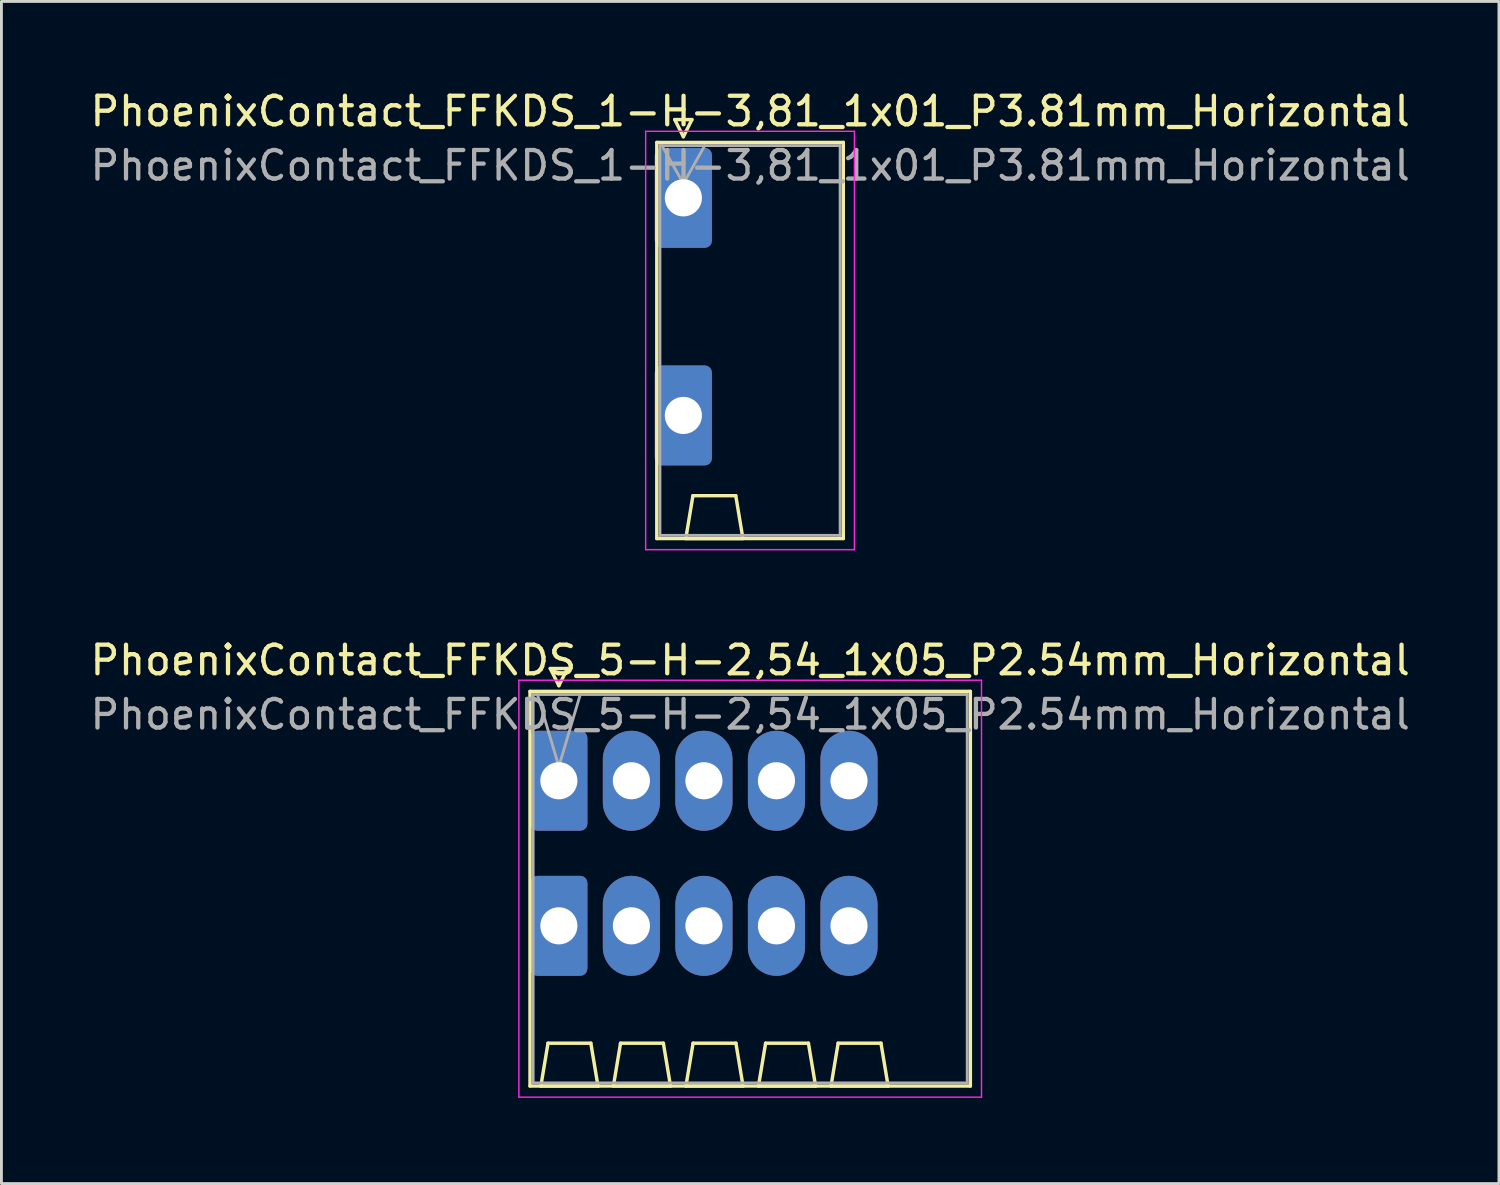
<source format=kicad_pcb>
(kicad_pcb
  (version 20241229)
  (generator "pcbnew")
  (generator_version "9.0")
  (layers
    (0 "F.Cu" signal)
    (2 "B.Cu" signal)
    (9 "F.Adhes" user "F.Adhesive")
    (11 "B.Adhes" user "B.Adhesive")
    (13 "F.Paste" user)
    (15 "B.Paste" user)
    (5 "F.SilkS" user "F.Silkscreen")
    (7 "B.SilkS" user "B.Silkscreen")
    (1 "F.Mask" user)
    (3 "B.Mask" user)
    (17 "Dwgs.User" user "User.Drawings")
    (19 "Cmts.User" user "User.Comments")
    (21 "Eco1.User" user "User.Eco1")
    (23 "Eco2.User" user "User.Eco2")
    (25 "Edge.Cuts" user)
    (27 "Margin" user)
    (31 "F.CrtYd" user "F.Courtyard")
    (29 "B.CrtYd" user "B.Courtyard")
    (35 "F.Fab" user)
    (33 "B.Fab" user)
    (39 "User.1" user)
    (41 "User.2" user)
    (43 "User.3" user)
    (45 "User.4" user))
  (footprint "PhoenixContact_FFKDS_5-H-2,54_1x05_P2.54mm_Horizontal"
    (layer "F.Cu")
    (at 16.52 24.291)
    (property "Reference" "PhoenixContact_FFKDS_5-H-2,54_1x05_P2.54mm_Horizontal" (at 6.7 -4.22 0) (layer "F.SilkS") (effects (font (size 1 1) (thickness 0.15))))
    (attr through_hole)
    (fp_line (start -1.01 -3.13) (end -1.01 10.69) (stroke (width 0.12) (type solid)) (layer "F.SilkS"))
    (fp_line (start -1.01 10.69) (end 14.41 10.69) (stroke (width 0.12) (type solid)) (layer "F.SilkS"))
    (fp_line (start -0.63 10.69) (end 1.37 10.69) (stroke (width 0.12) (type solid)) (layer "F.SilkS"))
    (fp_line (start -0.38 9.19) (end -0.63 10.69) (stroke (width 0.12) (type solid)) (layer "F.SilkS"))
    (fp_line (start -0.3 -3.93) (end 0.3 -3.93) (stroke (width 0.12) (type solid)) (layer "F.SilkS"))
    (fp_line (start 0 -3.33) (end -0.3 -3.93) (stroke (width 0.12) (type solid)) (layer "F.SilkS"))
    (fp_line (start 0.3 -3.93) (end 0 -3.33) (stroke (width 0.12) (type solid)) (layer "F.SilkS"))
    (fp_line (start 1.12 9.19) (end -0.38 9.19) (stroke (width 0.12) (type solid)) (layer "F.SilkS"))
    (fp_line (start 1.37 10.69) (end 1.12 9.19) (stroke (width 0.12) (type solid)) (layer "F.SilkS"))
    (fp_line (start 1.91 10.69) (end 3.91 10.69) (stroke (width 0.12) (type solid)) (layer "F.SilkS"))
    (fp_line (start 2.16 9.19) (end 1.91 10.69) (stroke (width 0.12) (type solid)) (layer "F.SilkS"))
    (fp_line (start 3.66 9.19) (end 2.16 9.19) (stroke (width 0.12) (type solid)) (layer "F.SilkS"))
    (fp_line (start 3.91 10.69) (end 3.66 9.19) (stroke (width 0.12) (type solid)) (layer "F.SilkS"))
    (fp_line (start 4.45 10.69) (end 6.45 10.69) (stroke (width 0.12) (type solid)) (layer "F.SilkS"))
    (fp_line (start 4.7 9.19) (end 4.45 10.69) (stroke (width 0.12) (type solid)) (layer "F.SilkS"))
    (fp_line (start 6.2 9.19) (end 4.7 9.19) (stroke (width 0.12) (type solid)) (layer "F.SilkS"))
    (fp_line (start 6.45 10.69) (end 6.2 9.19) (stroke (width 0.12) (type solid)) (layer "F.SilkS"))
    (fp_line (start 6.99 10.69) (end 8.99 10.69) (stroke (width 0.12) (type solid)) (layer "F.SilkS"))
    (fp_line (start 7.24 9.19) (end 6.99 10.69) (stroke (width 0.12) (type solid)) (layer "F.SilkS"))
    (fp_line (start 8.74 9.19) (end 7.24 9.19) (stroke (width 0.12) (type solid)) (layer "F.SilkS"))
    (fp_line (start 8.99 10.69) (end 8.74 9.19) (stroke (width 0.12) (type solid)) (layer "F.SilkS"))
    (fp_line (start 9.53 10.69) (end 11.53 10.69) (stroke (width 0.12) (type solid)) (layer "F.SilkS"))
    (fp_line (start 9.78 9.19) (end 9.53 10.69) (stroke (width 0.12) (type solid)) (layer "F.SilkS"))
    (fp_line (start 11.28 9.19) (end 9.78 9.19) (stroke (width 0.12) (type solid)) (layer "F.SilkS"))
    (fp_line (start 11.53 10.69) (end 11.28 9.19) (stroke (width 0.12) (type solid)) (layer "F.SilkS"))
    (fp_line (start 14.41 -3.13) (end -1.01 -3.13) (stroke (width 0.12) (type solid)) (layer "F.SilkS"))
    (fp_line (start 14.41 10.69) (end 14.41 -3.13) (stroke (width 0.12) (type solid)) (layer "F.SilkS"))
    (fp_line (start -1.4 -3.52) (end -1.4 11.08) (stroke (width 0.05) (type solid)) (layer "F.CrtYd"))
    (fp_line (start -1.4 11.08) (end 14.8 11.08) (stroke (width 0.05) (type solid)) (layer "F.CrtYd"))
    (fp_line (start 14.8 -3.52) (end -1.4 -3.52) (stroke (width 0.05) (type solid)) (layer "F.CrtYd"))
    (fp_line (start 14.8 11.08) (end 14.8 -3.52) (stroke (width 0.05) (type solid)) (layer "F.CrtYd"))
    (fp_line (start -0.9 -3.02) (end -0.9 10.58) (stroke (width 0.1) (type solid)) (layer "F.Fab"))
    (fp_line (start -0.9 10.58) (end 14.3 10.58) (stroke (width 0.1) (type solid)) (layer "F.Fab"))
    (fp_line (start 0 -0.5) (end -0.75 -3.02) (stroke (width 0.1) (type solid)) (layer "F.Fab"))
    (fp_line (start 0.75 -3.02) (end 0 -0.5) (stroke (width 0.1) (type solid)) (layer "F.Fab"))
    (fp_line (start 14.3 -3.02) (end -0.9 -3.02) (stroke (width 0.1) (type solid)) (layer "F.Fab"))
    (fp_line (start 14.3 10.58) (end 14.3 -3.02) (stroke (width 0.1) (type solid)) (layer "F.Fab"))
    (fp_text user "${REFERENCE}" (at 6.7 -2.32 0) (layer "F.Fab") (effects (font (size 1 1) (thickness 0.15))))
    (pad "1" thru_hole roundrect (at 0 0) (size 2 3.5) (drill 1.3) (layers "*.Cu" "*.Mask") (roundrect_rratio 0.125))
    (pad "1" thru_hole roundrect (at 0 5.08) (size 2 3.5) (drill 1.3) (layers "*.Cu" "*.Mask") (roundrect_rratio 0.125))
    (pad "2" thru_hole oval (at 2.54 0) (size 2 3.5) (drill 1.3) (layers "*.Cu" "*.Mask"))
    (pad "2" thru_hole oval (at 2.54 5.08) (size 2 3.5) (drill 1.3) (layers "*.Cu" "*.Mask"))
    (pad "3" thru_hole oval (at 5.08 0) (size 2 3.5) (drill 1.3) (layers "*.Cu" "*.Mask"))
    (pad "3" thru_hole oval (at 5.08 5.08) (size 2 3.5) (drill 1.3) (layers "*.Cu" "*.Mask"))
    (pad "4" thru_hole oval (at 7.62 0) (size 2 3.5) (drill 1.3) (layers "*.Cu" "*.Mask"))
    (pad "4" thru_hole oval (at 7.62 5.08) (size 2 3.5) (drill 1.3) (layers "*.Cu" "*.Mask"))
    (pad "5" thru_hole oval (at 10.16 0) (size 2 3.5) (drill 1.3) (layers "*.Cu" "*.Mask"))
    (pad "5" thru_hole oval (at 10.16 5.08) (size 2 3.5) (drill 1.3) (layers "*.Cu" "*.Mask")))
  (footprint "PhoenixContact_FFKDS_1-H-3,81_1x01_P3.81mm_Horizontal"
    (layer "F.Cu")
    (at 20.88 3.878)
    (property "Reference" "PhoenixContact_FFKDS_1-H-3,81_1x01_P3.81mm_Horizontal" (at 2.34 -3.03 0) (layer "F.SilkS") (effects (font (size 1 1) (thickness 0.15))))
    (attr through_hole)
    (fp_line (start -0.93 -1.94) (end -0.93 11.93) (stroke (width 0.12) (type solid)) (layer "F.SilkS"))
    (fp_line (start -0.93 11.93) (end 5.6 11.93) (stroke (width 0.12) (type solid)) (layer "F.SilkS"))
    (fp_line (start -0.3 -2.74) (end 0.3 -2.74) (stroke (width 0.12) (type solid)) (layer "F.SilkS"))
    (fp_line (start 0 -2.14) (end -0.3 -2.74) (stroke (width 0.12) (type solid)) (layer "F.SilkS"))
    (fp_line (start 0.085 11.93) (end 2.085 11.93) (stroke (width 0.12) (type solid)) (layer "F.SilkS"))
    (fp_line (start 0.3 -2.74) (end 0 -2.14) (stroke (width 0.12) (type solid)) (layer "F.SilkS"))
    (fp_line (start 0.335 10.43) (end 0.085 11.93) (stroke (width 0.12) (type solid)) (layer "F.SilkS"))
    (fp_line (start 1.835 10.43) (end 0.335 10.43) (stroke (width 0.12) (type solid)) (layer "F.SilkS"))
    (fp_line (start 2.085 11.93) (end 1.835 10.43) (stroke (width 0.12) (type solid)) (layer "F.SilkS"))
    (fp_line (start 5.6 -1.94) (end -0.93 -1.94) (stroke (width 0.12) (type solid)) (layer "F.SilkS"))
    (fp_line (start 5.6 11.93) (end 5.6 -1.94) (stroke (width 0.12) (type solid)) (layer "F.SilkS"))
    (fp_line (start -1.32 -2.33) (end -1.32 12.32) (stroke (width 0.05) (type solid)) (layer "F.CrtYd"))
    (fp_line (start -1.32 12.32) (end 5.99 12.32) (stroke (width 0.05) (type solid)) (layer "F.CrtYd"))
    (fp_line (start 5.99 -2.33) (end -1.32 -2.33) (stroke (width 0.05) (type solid)) (layer "F.CrtYd"))
    (fp_line (start 5.99 12.32) (end 5.99 -2.33) (stroke (width 0.05) (type solid)) (layer "F.CrtYd"))
    (fp_line (start -0.82 -1.83) (end -0.82 11.82) (stroke (width 0.1) (type solid)) (layer "F.Fab"))
    (fp_line (start -0.82 11.82) (end 5.49 11.82) (stroke (width 0.1) (type solid)) (layer "F.Fab"))
    (fp_line (start 0 -0.5) (end -0.75 -1.83) (stroke (width 0.1) (type solid)) (layer "F.Fab"))
    (fp_line (start 0.75 -1.83) (end 0 -0.5) (stroke (width 0.1) (type solid)) (layer "F.Fab"))
    (fp_line (start 5.49 -1.83) (end -0.82 -1.83) (stroke (width 0.1) (type solid)) (layer "F.Fab"))
    (fp_line (start 5.49 11.82) (end 5.49 -1.83) (stroke (width 0.1) (type solid)) (layer "F.Fab"))
    (fp_text user "${REFERENCE}" (at 2.34 -1.13 0) (layer "F.Fab") (effects (font (size 1 1) (thickness 0.15))))
    (pad "1" thru_hole roundrect (at 0 0) (size 2 3.5) (drill 1.3) (layers "*.Cu" "*.Mask") (roundrect_rratio 0.125))
    (pad "1" thru_hole roundrect (at 0 7.62) (size 2 3.5) (drill 1.3) (layers "*.Cu" "*.Mask") (roundrect_rratio 0.125)))
  (gr_rect
    (start -3 -3)
    (end 49.44 38.397)
    (stroke (width 0.1) (type default))
    (fill no)
    (layer "Edge.Cuts")))
</source>
